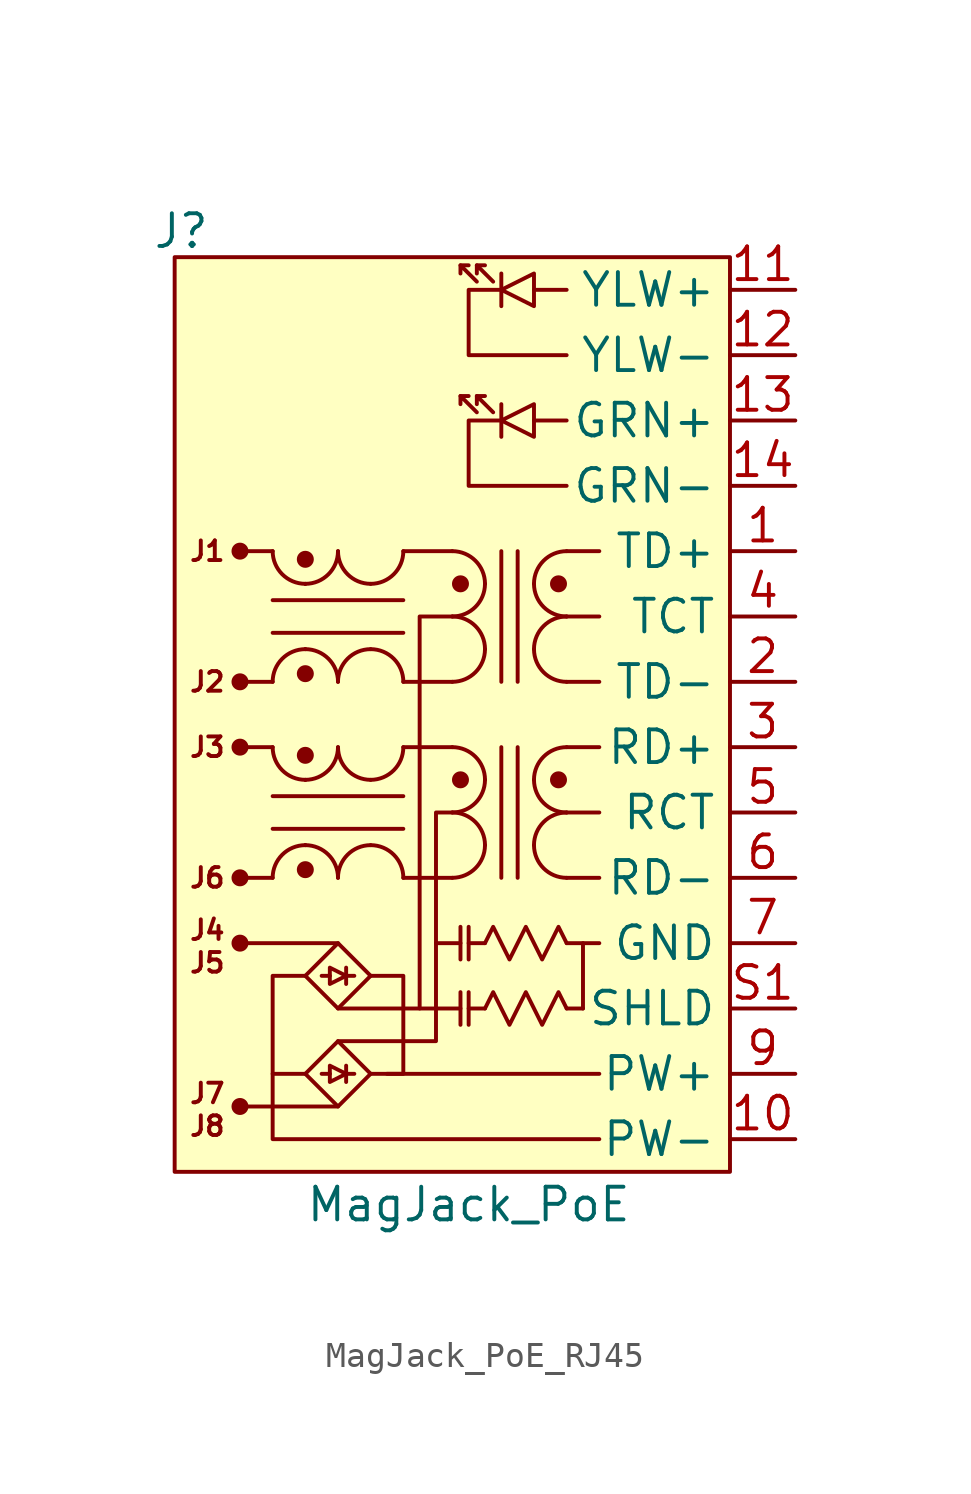
<source format=kicad_sym>
(kicad_symbol_lib
  (version 20231120)
  (generator "kicad_symbol_editor")
  (generator_version "8.0")
  (symbol "MagJack_PoE_RJ45"
    (property "Reference" "J"
      (at -11.176 20.066 0)
      (effects (font (size 1.27 1.27))))
    (property "Value" "MagJack_PoE"
      (at 0 -17.78 0)
      (effects (font (size 1.27 1.27))))
    (symbol "MagJack_PoE_RJ45_0_1"
      (polyline (pts (xy -0.318 13.652) (xy 0 13.652)) (stroke (width 0) (type default)) (fill (type none)))
      (polyline (pts (xy -0.318 18.733) (xy 0 18.733)) (stroke (width 0) (type default)) (fill (type none)))
      (polyline (pts (xy 0.318 13.652) (xy 0.635 13.652)) (stroke (width 0) (type default)) (fill (type none)))
      (polyline (pts (xy 0.318 18.733) (xy 0.635 18.733)) (stroke (width 0) (type default)) (fill (type none)))
      (polyline (pts (xy 0.318 13.018) (xy -0.318 13.652) (xy -0.318 13.335)) (stroke (width 0) (type default)) (fill (type none)))
      (polyline (pts (xy 0.318 18.098) (xy -0.318 18.733) (xy -0.318 18.415)) (stroke (width 0) (type default)) (fill (type none)))
      (polyline (pts (xy 0.953 13.018) (xy 0.318 13.652) (xy 0.318 13.335)) (stroke (width 0) (type default)) (fill (type none)))
      (polyline (pts (xy 0.953 18.098) (xy 0.318 18.733) (xy 0.318 18.415)) (stroke (width 0) (type default)) (fill (type none))))
    (symbol "MagJack_PoE_RJ45_1_0"
      (pin passive line (at 12.7 7.62 180) (length 2.54) (name "TD+" (effects (font (size 1.27 1.27)))) (number "1" (effects (font (size 1.27 1.27)))))
      (pin power_out line (at 12.7 -15.24 180) (length 2.54) (name "PW-" (effects (font (size 1.27 1.27)))) (number "10" (effects (font (size 1.27 1.27)))))
      (pin passive line (at 12.7 15.24 180) (length 2.54) (name "YLW-" (effects (font (size 1.27 1.27)))) (number "12" (effects (font (size 1.27 1.27)))))
      (pin passive line (at 12.7 12.7 180) (length 2.54) (name "GRN+" (effects (font (size 1.27 1.27)))) (number "13" (effects (font (size 1.27 1.27)))))
      (pin passive line (at 12.7 10.16 180) (length 2.54) (name "GRN-" (effects (font (size 1.27 1.27)))) (number "14" (effects (font (size 1.27 1.27)))))
      (pin passive line (at 12.7 2.54 180) (length 2.54) (name "TD-" (effects (font (size 1.27 1.27)))) (number "2" (effects (font (size 1.27 1.27)))))
      (pin passive line (at 12.7 0 180) (length 2.54) (name "RD+" (effects (font (size 1.27 1.27)))) (number "3" (effects (font (size 1.27 1.27)))))
      (pin passive line (at 12.7 5.08 180) (length 2.54) (name "TCT" (effects (font (size 1.27 1.27)))) (number "4" (effects (font (size 1.27 1.27)))))
      (pin passive line (at 12.7 -2.54 180) (length 2.54) (name "RCT" (effects (font (size 1.27 1.27)))) (number "5" (effects (font (size 1.27 1.27)))))
      (pin passive line (at 12.7 -5.08 180) (length 2.54) (name "RD-" (effects (font (size 1.27 1.27)))) (number "6" (effects (font (size 1.27 1.27)))))
      (pin passive line (at 12.7 -7.62 180) (length 2.54) (name "GND" (effects (font (size 1.27 1.27)))) (number "7" (effects (font (size 1.27 1.27)))))
      (pin power_out line (at 12.7 -12.7 180) (length 2.54) (name "PW+" (effects (font (size 1.27 1.27)))) (number "9" (effects (font (size 1.27 1.27)))))
      (pin passive line (at 12.7 -10.16 180) (length 2.54) (name "SHLD" (effects (font (size 1.27 1.27)))) (number "S1" (effects (font (size 1.27 1.27)))))
      (pin passive line (at 12.7 -10.16 180) (length 2.54) hide (name "SHLD" (effects (font (size 1.27 1.27)))) (number "S2" (effects (font (size 1.27 1.27))))))
    (symbol "MagJack_PoE_RJ45_1_1"
      (rectangle (start -11.43 19.05) (end 10.16 -16.51) (stroke (width 0) (type default)) (fill (type background)))
      (circle (center -8.89 -13.97) (radius 0.254) (stroke (width 0) (type default)) (fill (type outline)))
      (circle (center -8.89 -7.62) (radius 0.254) (stroke (width 0) (type default)) (fill (type outline)))
      (circle (center -8.89 -5.08) (radius 0.254) (stroke (width 0) (type default)) (fill (type outline)))
      (circle (center -8.89 0) (radius 0.254) (stroke (width 0) (type default)) (fill (type outline)))
      (circle (center -8.89 2.54) (radius 0.254) (stroke (width 0) (type default)) (fill (type outline)))
      (circle (center -8.89 7.62) (radius 0.254) (stroke (width 0) (type default)) (fill (type outline)))
      (arc (start -7.62 0) (mid -7.248 -0.898) (end -6.35 -1.27) (stroke (width 0) (type default)) (fill (type none)))
      (arc (start -7.62 7.62) (mid -7.248 6.722) (end -6.35 6.35) (stroke (width 0) (type default)) (fill (type none)))
      (circle (center -6.35 -4.763) (radius 0.254) (stroke (width 0) (type default)) (fill (type outline)))
      (arc (start -6.35 -3.81) (mid -7.248 -4.182) (end -7.62 -5.08) (stroke (width 0) (type default)) (fill (type none)))
      (arc (start -6.35 -3.81) (mid -6.35 -3.81) (end -6.35 -3.81) (stroke (width 0) (type default)) (fill (type none)))
      (arc (start -6.35 -1.27) (mid -6.35 -1.27) (end -6.35 -1.27) (stroke (width 0) (type default)) (fill (type none)))
      (arc (start -6.35 -1.27) (mid -5.452 -0.898) (end -5.08 0) (stroke (width 0) (type default)) (fill (type none)))
      (circle (center -6.35 -0.318) (radius 0.254) (stroke (width 0) (type default)) (fill (type outline)))
      (circle (center -6.35 2.857) (radius 0.254) (stroke (width 0) (type default)) (fill (type outline)))
      (arc (start -6.35 3.81) (mid -7.248 3.438) (end -7.62 2.54) (stroke (width 0) (type default)) (fill (type none)))
      (arc (start -6.35 3.81) (mid -6.35 3.81) (end -6.35 3.81) (stroke (width 0) (type default)) (fill (type none)))
      (arc (start -6.35 6.35) (mid -6.35 6.35) (end -6.35 6.35) (stroke (width 0) (type default)) (fill (type none)))
      (arc (start -6.35 6.35) (mid -5.452 6.722) (end -5.08 7.62) (stroke (width 0) (type default)) (fill (type none)))
      (circle (center -6.35 7.303) (radius 0.254) (stroke (width 0) (type default)) (fill (type outline)))
      (arc (start -5.08 -5.08) (mid -5.452 -4.182) (end -6.35 -3.81) (stroke (width 0) (type default)) (fill (type none)))
      (arc (start -5.08 0) (mid -4.708 -0.898) (end -3.81 -1.27) (stroke (width 0) (type default)) (fill (type none)))
      (arc (start -5.08 2.54) (mid -5.452 3.438) (end -6.35 3.81) (stroke (width 0) (type default)) (fill (type none)))
      (arc (start -5.08 7.62) (mid -4.708 6.722) (end -3.81 6.35) (stroke (width 0) (type default)) (fill (type none)))
      (arc (start -3.81 -3.81) (mid -4.708 -4.182) (end -5.08 -5.08) (stroke (width 0) (type default)) (fill (type none)))
      (arc (start -3.81 -1.27) (mid -2.912 -0.898) (end -2.54 0) (stroke (width 0) (type default)) (fill (type none)))
      (arc (start -3.81 3.81) (mid -4.708 3.438) (end -5.08 2.54) (stroke (width 0) (type default)) (fill (type none)))
      (arc (start -3.81 6.35) (mid -2.912 6.722) (end -2.54 7.62) (stroke (width 0) (type default)) (fill (type none)))
      (arc (start -2.54 -5.08) (mid -2.912 -4.182) (end -3.81 -3.81) (stroke (width 0) (type default)) (fill (type none)))
      (arc (start -2.54 2.54) (mid -2.912 3.438) (end -3.81 3.81) (stroke (width 0) (type default)) (fill (type none)))
      (arc (start -0.635 -5.08) (mid 0.263 -4.708) (end 0.635 -3.81) (stroke (width 0) (type default)) (fill (type none)))
      (arc (start -0.635 -2.54) (mid 0.263 -2.168) (end 0.635 -1.27) (stroke (width 0) (type default)) (fill (type none)))
      (arc (start -0.635 2.54) (mid 0.263 2.912) (end 0.635 3.81) (stroke (width 0) (type default)) (fill (type none)))
      (arc (start -0.635 5.08) (mid 0.263 5.452) (end 0.635 6.35) (stroke (width 0) (type default)) (fill (type none)))
      (circle (center -0.318 -1.27) (radius 0.254) (stroke (width 0) (type default)) (fill (type outline)))
      (circle (center -0.318 6.35) (radius 0.254) (stroke (width 0) (type default)) (fill (type outline)))
      (polyline (pts (xy -8.89 -7.62) (xy -5.08 -7.62)) (stroke (width 0) (type default)) (fill (type none)))
      (polyline (pts (xy -7.62 -5.08) (xy -8.89 -5.08)) (stroke (width 0) (type default)) (fill (type none)))
      (polyline (pts (xy -7.62 -3.175) (xy -2.54 -3.175)) (stroke (width 0) (type default)) (fill (type none)))
      (polyline (pts (xy -7.62 -1.905) (xy -2.54 -1.905)) (stroke (width 0) (type default)) (fill (type none)))
      (polyline (pts (xy -7.62 0) (xy -8.89 0)) (stroke (width 0) (type default)) (fill (type none)))
      (polyline (pts (xy -7.62 2.54) (xy -8.89 2.54)) (stroke (width 0) (type default)) (fill (type none)))
      (polyline (pts (xy -7.62 4.445) (xy -2.54 4.445)) (stroke (width 0) (type default)) (fill (type none)))
      (polyline (pts (xy -7.62 5.715) (xy -2.54 5.715)) (stroke (width 0) (type default)) (fill (type none)))
      (polyline (pts (xy -7.62 7.62) (xy -8.89 7.62)) (stroke (width 0) (type default)) (fill (type none)))
      (polyline (pts (xy -6.35 -12.7) (xy -7.62 -12.7)) (stroke (width 0) (type default)) (fill (type none)))
      (polyline (pts (xy -5.397 -12.7) (xy -5.715 -12.7)) (stroke (width 0) (type default)) (fill (type none)))
      (polyline (pts (xy -5.397 -8.89) (xy -5.715 -8.89)) (stroke (width 0) (type default)) (fill (type none)))
      (polyline (pts (xy -5.08 -13.97) (xy -8.89 -13.97)) (stroke (width 0) (type default)) (fill (type none)))
      (polyline (pts (xy -5.08 -10.16) (xy -1.905 -10.16)) (stroke (width 0) (type default)) (fill (type none)))
      (polyline (pts (xy -4.763 -12.7) (xy -4.445 -12.7)) (stroke (width 0) (type default)) (fill (type none)))
      (polyline (pts (xy -4.763 -12.383) (xy -4.763 -13.018)) (stroke (width 0) (type default)) (fill (type none)))
      (polyline (pts (xy -4.763 -8.89) (xy -4.445 -8.89)) (stroke (width 0) (type default)) (fill (type none)))
      (polyline (pts (xy -4.763 -8.572) (xy -4.763 -9.207)) (stroke (width 0) (type default)) (fill (type none)))
      (polyline (pts (xy -3.175 -12.7) (xy 5.08 -12.7)) (stroke (width 0) (type default)) (fill (type none)))
      (polyline (pts (xy -0.635 -5.08) (xy -2.54 -5.08)) (stroke (width 0) (type default)) (fill (type none)))
      (polyline (pts (xy -0.635 0) (xy -2.54 0)) (stroke (width 0) (type default)) (fill (type none)))
      (polyline (pts (xy -0.635 2.54) (xy -2.54 2.54)) (stroke (width 0) (type default)) (fill (type none)))
      (polyline (pts (xy -0.635 7.62) (xy -2.54 7.62)) (stroke (width 0) (type default)) (fill (type none)))
      (polyline (pts (xy -0.318 -10.16) (xy -1.27 -10.16)) (stroke (width 0) (type default)) (fill (type none)))
      (polyline (pts (xy -0.318 -9.525) (xy -0.318 -10.795)) (stroke (width 0) (type default)) (fill (type none)))
      (polyline (pts (xy -0.318 -7.62) (xy -1.27 -7.62)) (stroke (width 0) (type default)) (fill (type none)))
      (polyline (pts (xy -0.318 -6.985) (xy -0.318 -8.255)) (stroke (width 0) (type default)) (fill (type none)))
      (polyline (pts (xy 0 -9.525) (xy 0 -10.795)) (stroke (width 0) (type default)) (fill (type none)))
      (polyline (pts (xy 0 -6.985) (xy 0 -8.255)) (stroke (width 0) (type default)) (fill (type none)))
      (polyline (pts (xy 0.635 -10.16) (xy 0 -10.16)) (stroke (width 0) (type default)) (fill (type none)))
      (polyline (pts (xy 0.635 -7.62) (xy 0 -7.62)) (stroke (width 0) (type default)) (fill (type none)))
      (polyline (pts (xy 1.27 0) (xy 1.27 -5.08)) (stroke (width 0) (type default)) (fill (type none)))
      (polyline (pts (xy 1.27 7.62) (xy 1.27 2.54)) (stroke (width 0) (type default)) (fill (type none)))
      (polyline (pts (xy 1.27 13.335) (xy 1.27 12.065)) (stroke (width 0) (type default)) (fill (type none)))
      (polyline (pts (xy 1.27 18.415) (xy 1.27 17.145)) (stroke (width 0) (type default)) (fill (type none)))
      (polyline (pts (xy 1.905 0) (xy 1.905 -5.08)) (stroke (width 0) (type default)) (fill (type none)))
      (polyline (pts (xy 1.905 7.62) (xy 1.905 2.54)) (stroke (width 0) (type default)) (fill (type none)))
      (polyline (pts (xy 3.81 -5.08) (xy 5.08 -5.08)) (stroke (width 0) (type default)) (fill (type none)))
      (polyline (pts (xy 3.81 -2.54) (xy 5.08 -2.54)) (stroke (width 0) (type default)) (fill (type none)))
      (polyline (pts (xy 3.81 2.54) (xy 5.08 2.54)) (stroke (width 0) (type default)) (fill (type none)))
      (polyline (pts (xy 3.81 5.08) (xy 5.08 5.08)) (stroke (width 0) (type default)) (fill (type none)))
      (polyline (pts (xy 3.81 12.7) (xy 2.54 12.7)) (stroke (width 0) (type default)) (fill (type none)))
      (polyline (pts (xy 3.81 17.78) (xy 2.54 17.78)) (stroke (width 0) (type default)) (fill (type none)))
      (polyline (pts (xy 4.445 -10.16) (xy 3.81 -10.16)) (stroke (width 0) (type default)) (fill (type none)))
      (polyline (pts (xy 4.445 -10.16) (xy 4.445 -7.62)) (stroke (width 0) (type default)) (fill (type none)))
      (polyline (pts (xy 5.08 -7.62) (xy 3.81 -7.62)) (stroke (width 0) (type default)) (fill (type none)))
      (polyline (pts (xy 5.08 0) (xy 3.81 0)) (stroke (width 0) (type default)) (fill (type none)))
      (polyline (pts (xy 5.08 7.62) (xy 3.81 7.62)) (stroke (width 0) (type default)) (fill (type none)))
      (polyline (pts (xy -5.08 -11.43) (xy -1.27 -11.43) (xy -1.27 -7.62)) (stroke (width 0) (type default)) (fill (type none)))
      (polyline (pts (xy -1.27 -7.62) (xy -1.27 -2.54) (xy -0.635 -2.54)) (stroke (width 0) (type default)) (fill (type none)))
      (polyline (pts (xy -6.35 -8.89) (xy -7.62 -8.89) (xy -7.62 -15.24) (xy 5.08 -15.24)) (stroke (width 0) (type default)) (fill (type none)))
      (polyline (pts (xy -5.397 -12.383) (xy -5.397 -13.018) (xy -4.763 -12.7) (xy -5.397 -12.383)) (stroke (width 0) (type default)) (fill (type none)))
      (polyline (pts (xy -5.397 -8.572) (xy -5.397 -9.207) (xy -4.763 -8.89) (xy -5.397 -8.572)) (stroke (width 0) (type default)) (fill (type none)))
      (polyline (pts (xy -3.81 -8.89) (xy -2.54 -8.89) (xy -2.54 -12.7) (xy -3.81 -12.7)) (stroke (width 0) (type default)) (fill (type none)))
      (polyline (pts (xy -1.27 -10.16) (xy -1.905 -10.16) (xy -1.905 5.08) (xy -0.635 5.08)) (stroke (width 0) (type default)) (fill (type none)))
      (polyline (pts (xy 1.27 12.7) (xy 0 12.7) (xy 0 10.16) (xy 3.81 10.16)) (stroke (width 0) (type default)) (fill (type none)))
      (polyline (pts (xy 1.27 17.78) (xy 0 17.78) (xy 0 15.24) (xy 3.81 15.24)) (stroke (width 0) (type default)) (fill (type none)))
      (polyline (pts (xy -3.81 -12.7) (xy -5.08 -11.43) (xy -6.35 -12.7) (xy -5.08 -13.97) (xy -3.81 -12.7)) (stroke (width 0) (type default)) (fill (type none)))
      (polyline (pts (xy -3.81 -8.89) (xy -5.08 -7.62) (xy -6.35 -8.89) (xy -5.08 -10.16) (xy -3.81 -8.89)) (stroke (width 0) (type default)) (fill (type none)))
      (polyline (pts (xy 2.54 12.7) (xy 2.54 12.065) (xy 1.27 12.7) (xy 2.54 13.335) (xy 2.54 12.7)) (stroke (width 0) (type default)) (fill (type none)))
      (polyline (pts (xy 2.54 17.78) (xy 2.54 17.145) (xy 1.27 17.78) (xy 2.54 18.415) (xy 2.54 17.78)) (stroke (width 0) (type default)) (fill (type none)))
      (polyline (pts (xy 3.81 -10.16) (xy 3.493 -9.525) (xy 2.857 -10.795) (xy 2.223 -9.525) (xy 1.587 -10.795) (xy 0.953 -9.525) (xy 0.635 -10.16)) (stroke (width 0) (type default)) (fill (type none)))
      (polyline (pts (xy 3.81 -7.62) (xy 3.493 -6.985) (xy 2.857 -8.255) (xy 2.223 -6.985) (xy 1.587 -8.255) (xy 0.953 -6.985) (xy 0.635 -7.62)) (stroke (width 0) (type default)) (fill (type none)))
      (arc (start 0.635 -3.81) (mid 0.263 -2.912) (end -0.635 -2.54) (stroke (width 0) (type default)) (fill (type none)))
      (arc (start 0.635 -1.27) (mid 0.263 -0.372) (end -0.635 0) (stroke (width 0) (type default)) (fill (type none)))
      (arc (start 0.635 3.81) (mid 0.263 4.708) (end -0.635 5.08) (stroke (width 0) (type default)) (fill (type none)))
      (arc (start 0.635 6.35) (mid 0.263 7.248) (end -0.635 7.62) (stroke (width 0) (type default)) (fill (type none)))
      (arc (start 2.54 -3.81) (mid 2.912 -4.708) (end 3.81 -5.08) (stroke (width 0) (type default)) (fill (type none)))
      (arc (start 2.54 -1.27) (mid 2.912 -2.168) (end 3.81 -2.54) (stroke (width 0) (type default)) (fill (type none)))
      (arc (start 2.54 3.81) (mid 2.912 2.912) (end 3.81 2.54) (stroke (width 0) (type default)) (fill (type none)))
      (arc (start 2.54 6.35) (mid 2.912 5.452) (end 3.81 5.08) (stroke (width 0) (type default)) (fill (type none)))
      (circle (center 3.493 -1.27) (radius 0.254) (stroke (width 0) (type default)) (fill (type outline)))
      (circle (center 3.493 6.35) (radius 0.254) (stroke (width 0) (type default)) (fill (type outline)))
      (arc (start 3.81 -2.54) (mid 2.912 -2.912) (end 2.54 -3.81) (stroke (width 0) (type default)) (fill (type none)))
      (arc (start 3.81 0) (mid 2.912 -0.372) (end 2.54 -1.27) (stroke (width 0) (type default)) (fill (type none)))
      (arc (start 3.81 5.08) (mid 2.912 4.708) (end 2.54 3.81) (stroke (width 0) (type default)) (fill (type none)))
      (arc (start 3.81 7.62) (mid 2.912 7.248) (end 2.54 6.35) (stroke (width 0) (type default)) (fill (type none)))
      (text "J1" (at -10.16 7.62 0) (effects (font (size 0.762 0.762))))
      (text "J2" (at -10.16 2.54 0) (effects (font (size 0.762 0.762))))
      (text "J3" (at -10.16 0 0) (effects (font (size 0.762 0.762))))
      (text "J4" (at -10.16 -7.112 0) (effects (font (size 0.762 0.762))))
      (text "J5" (at -10.16 -8.382 0) (effects (font (size 0.762 0.762))))
      (text "J6" (at -10.16 -5.08 0) (effects (font (size 0.762 0.762))))
      (text "J7" (at -10.16 -13.462 0) (effects (font (size 0.762 0.762))))
      (text "J8" (at -10.16 -14.732 0) (effects (font (size 0.762 0.762))))
      (pin passive line (at 12.7 17.78 180) (length 2.54) (name "YLW+" (effects (font (size 1.27 1.27)))) (number "11" (effects (font (size 1.27 1.27))))))))
</source>
